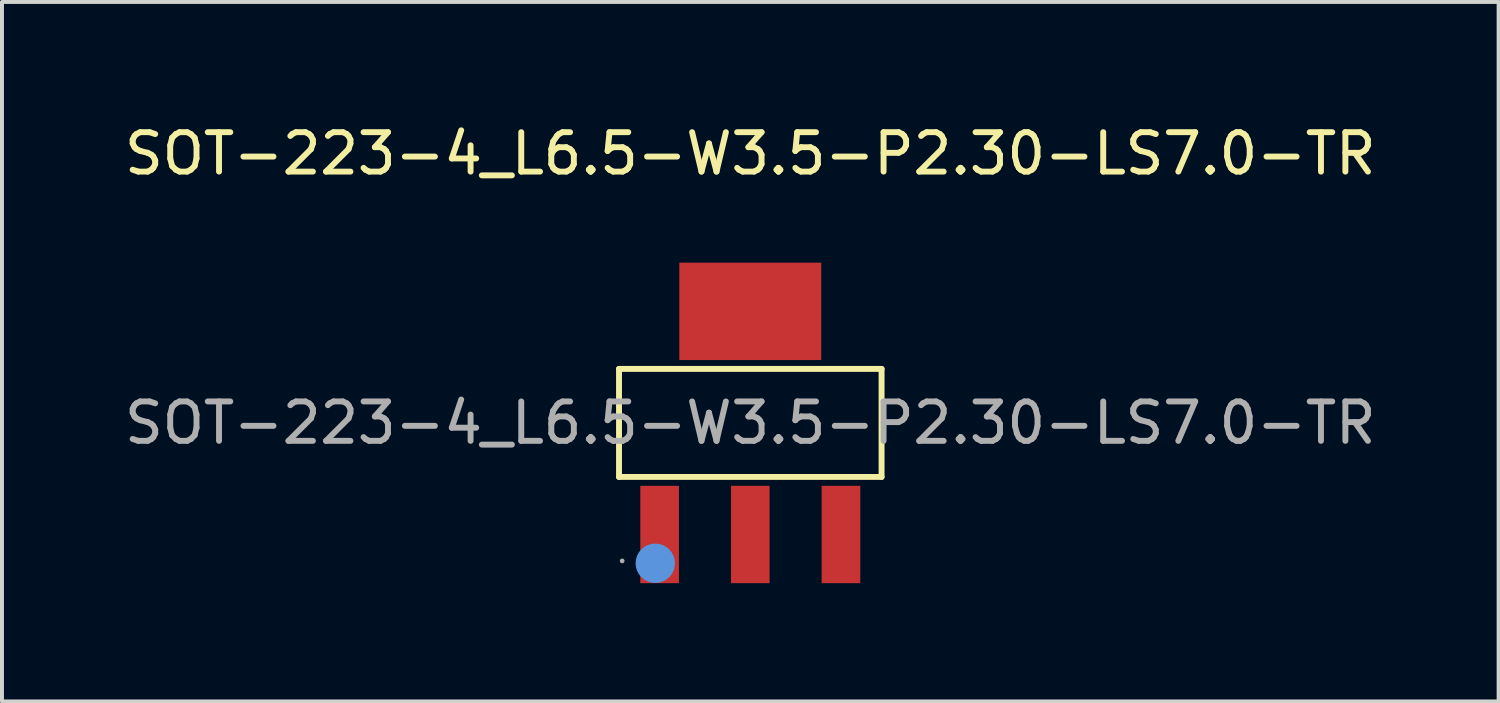
<source format=kicad_pcb>
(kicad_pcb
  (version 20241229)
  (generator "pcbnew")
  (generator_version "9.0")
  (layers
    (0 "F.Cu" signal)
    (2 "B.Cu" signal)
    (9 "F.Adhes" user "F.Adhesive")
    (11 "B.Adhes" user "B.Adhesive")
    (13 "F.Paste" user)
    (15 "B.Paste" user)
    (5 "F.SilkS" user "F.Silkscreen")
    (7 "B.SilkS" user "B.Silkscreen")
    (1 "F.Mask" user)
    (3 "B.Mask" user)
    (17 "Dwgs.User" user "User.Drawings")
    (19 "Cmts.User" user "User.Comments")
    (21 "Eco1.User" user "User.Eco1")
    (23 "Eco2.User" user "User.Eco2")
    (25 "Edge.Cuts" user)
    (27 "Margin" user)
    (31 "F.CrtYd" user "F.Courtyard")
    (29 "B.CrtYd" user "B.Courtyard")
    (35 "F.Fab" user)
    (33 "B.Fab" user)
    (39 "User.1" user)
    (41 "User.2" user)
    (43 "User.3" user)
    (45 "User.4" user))
  (footprint "SOT-223-4_L6.5-W3.5-P2.30-LS7.0-TR"
    (layer "F.Cu")
    (at 15.982 7.678)
    (property "Reference" "SOT-223-4_L6.5-W3.5-P2.30-LS7.0-TR" (at 0 -6.83 0) (layer "F.SilkS") (effects (font (size 1 1) (thickness 0.15))))
    (attr smd)
    (fp_line (start -3.33 -1.37) (end 3.33 -1.37) (stroke (width 0.15) (type solid)) (layer "F.SilkS"))
    (fp_line (start -3.33 1.37) (end -3.33 -1.37) (stroke (width 0.15) (type solid)) (layer "F.SilkS"))
    (fp_line (start 3.33 -1.37) (end 3.33 1.37) (stroke (width 0.15) (type solid)) (layer "F.SilkS"))
    (fp_line (start 3.33 1.37) (end -3.33 1.37) (stroke (width 0.15) (type solid)) (layer "F.SilkS"))
    (fp_circle (center -2.41 3.56) (end -2.16 3.56) (stroke (width 0.5) (type solid)) (fill no) (layer "Cmts.User"))
    (fp_circle (center -3.25 3.5) (end -3.22 3.5) (stroke (width 0.06) (type solid)) (fill no) (layer "F.Fab"))
    (fp_text user "${REFERENCE}" (at 0 0 0) (layer "F.Fab") (effects (font (size 1 1) (thickness 0.15))))
    (pad "1" smd rect (at -2.3 2.83 270) (size 2.47 0.98) (layers "F.Cu" "F.Mask" "F.Paste"))
    (pad "2" smd rect (at 0 2.83 270) (size 2.47 0.98) (layers "F.Cu" "F.Mask" "F.Paste"))
    (pad "3" smd rect (at 2.3 2.83 270) (size 2.47 0.98) (layers "F.Cu" "F.Mask" "F.Paste"))
    (pad "4" smd rect (at 0 -2.83 270) (size 2.47 3.6) (layers "F.Cu" "F.Mask" "F.Paste")))
  (gr_rect
    (start -3 -3)
    (end 34.964 14.743)
    (stroke (width 0.1) (type default))
    (fill no)
    (layer "Edge.Cuts")))
</source>
